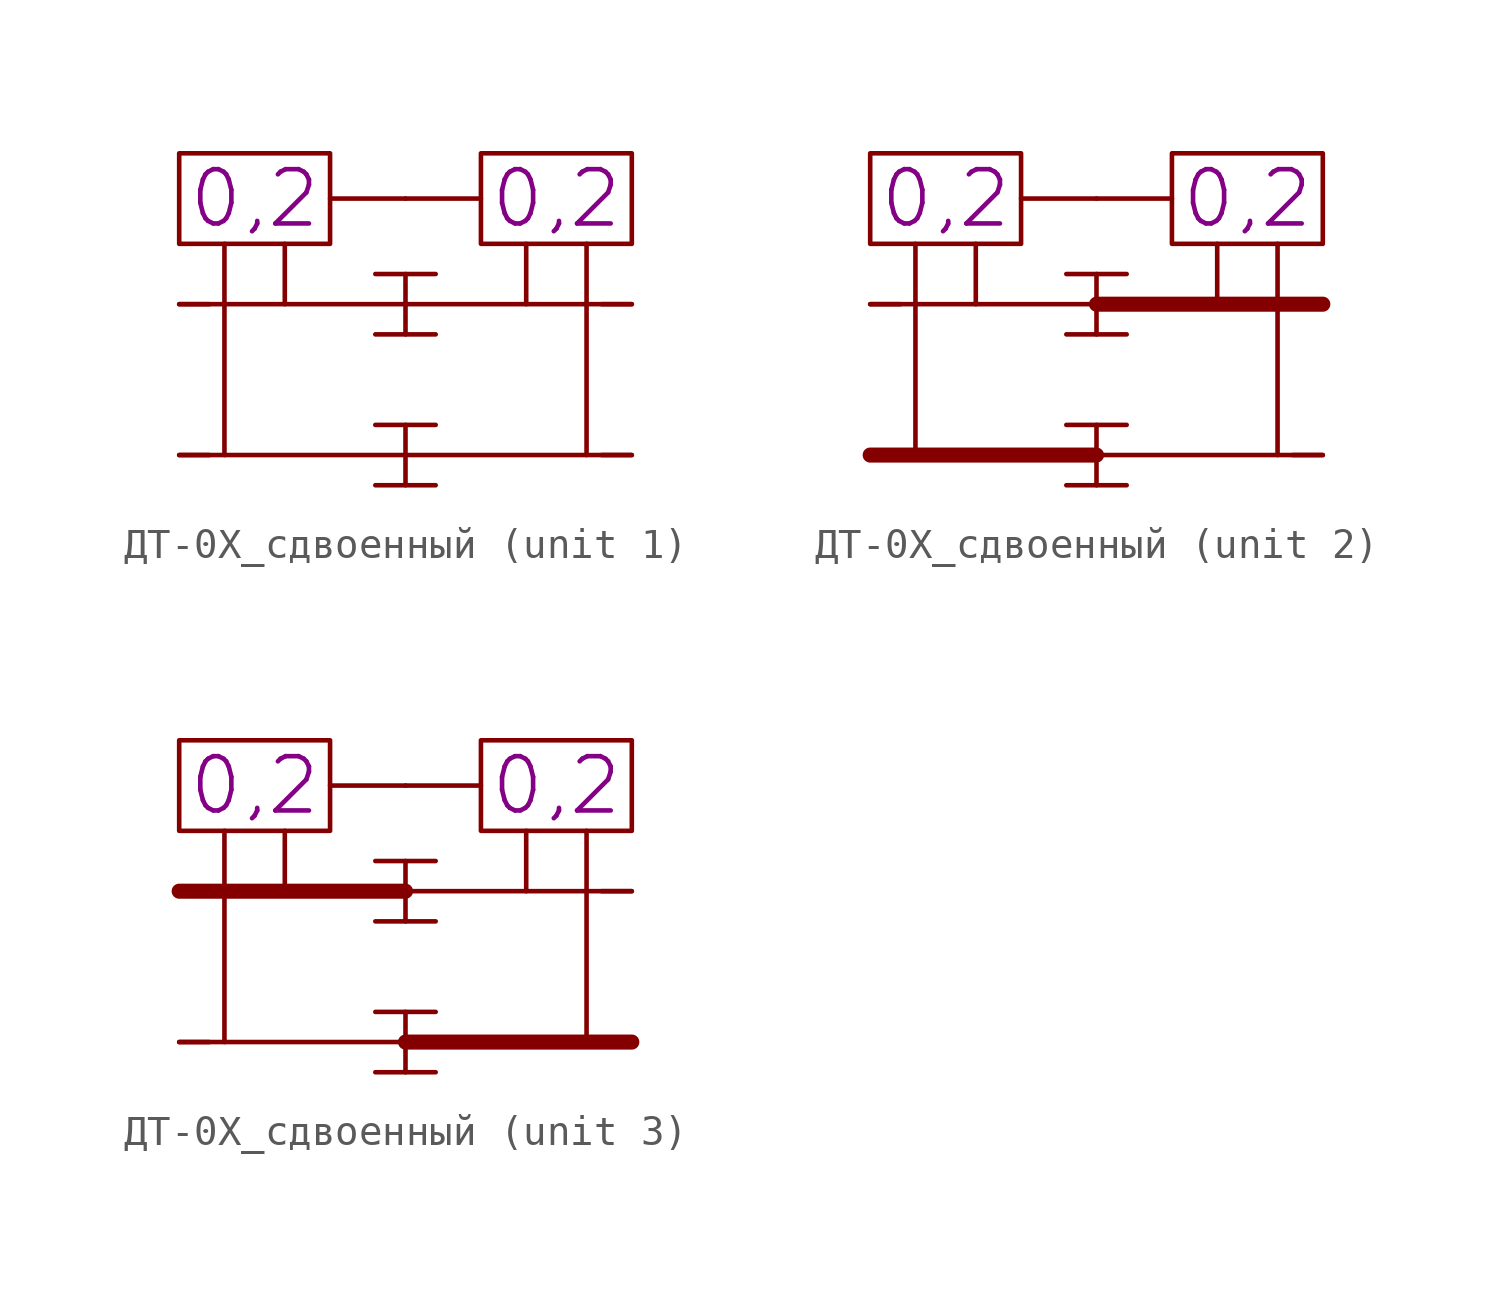
<source format=kicad_sym>
(kicad_symbol_lib
  (version 20231120)
  (generator "kicad_symbol_editor")
  (generator_version "8.0")
  (symbol "ДТ-0Х_сдвоенный"
    (pin_numbers hide)
    (pin_names
      (offset 0) hide)
    (property "Reference" "ДТ"
      (at 0 8 0)
      (do_not_autoplace)
      (effects (font (size 1.8 1.8)) (hide yes)))
    (property "Value" ""
      (at 0 -1 0)
      (effects (font (size 1.8 1.8))))
    (property "ДТ1" "0,2"
      (at -2.5 3.5 0)
      (effects (font (size 1.8 1.8))))
    (property "ДТ2" "0,2"
      (at 7.5 3.5 0)
      (effects (font (size 1.8 1.8))))
    (property "ki_locked" ""
      (at 0 0 0)
      (effects (font (size 1.27 1.27))))
    (symbol "ДТ-0Х_сдвоенный_0_1"
      (rectangle (start -5 5) (end 0 2) (stroke (width 0) (type default)) (fill (type none)))
      (polyline (pts (xy -3.5 2) (xy -3.5 -5)) (stroke (width 0) (type default)) (fill (type none)))
      (polyline (pts (xy -1.5 2) (xy -1.5 0)) (stroke (width 0) (type default)) (fill (type none)))
      (polyline (pts (xy 1.5 -6) (xy 3.5 -6)) (stroke (width 0) (type default)) (fill (type none)))
      (polyline (pts (xy 1.5 -4) (xy 3.5 -4)) (stroke (width 0) (type default)) (fill (type none)))
      (polyline (pts (xy 1.5 -1) (xy 3.5 -1)) (stroke (width 0) (type default)) (fill (type none)))
      (polyline (pts (xy 1.5 1) (xy 3.5 1)) (stroke (width 0) (type default)) (fill (type none)))
      (polyline (pts (xy 2.5 -4) (xy 2.5 -6)) (stroke (width 0) (type default)) (fill (type none)))
      (polyline (pts (xy 2.5 1) (xy 2.5 -1)) (stroke (width 0) (type default)) (fill (type none)))
      (polyline (pts (xy 5 3.5) (xy 0 3.5)) (stroke (width 0) (type default)) (fill (type none)))
      (polyline (pts (xy 6.5 2) (xy 6.5 0)) (stroke (width 0) (type default)) (fill (type none)))
      (polyline (pts (xy 8.5 2) (xy 8.5 -5)) (stroke (width 0) (type default)) (fill (type none)))
      (rectangle (start 5 5) (end 10 2) (stroke (width 0) (type default)) (fill (type none)))
      (pin unspecified line (at -5 -5 0) (length 1) (name "П" (effects (font (size 1.8 1.8)))) (number "" (effects (font (size 1.8 1.8)))))
      (pin unspecified line (at -5 0 0) (length 1) (name "П" (effects (font (size 1.8 1.8)))) (number "" (effects (font (size 1.8 1.8)))))
      (pin unspecified line (at 10 -5 180) (length 1) (name "П" (effects (font (size 1.8 1.8)))) (number "" (effects (font (size 1.8 1.8)))))
      (pin unspecified line (at 10 0 180) (length 1) (name "П" (effects (font (size 1.8 1.8)))) (number "" (effects (font (size 1.8 1.8)))))
      (pin passive line (at 2.5 3.5 270) (length 0) (name "" (effects (font (size 1.8 1.8)))) (number "-UB" (effects (font (size 1.8 1.8))))))
    (symbol "ДТ-0Х_сдвоенный_1_1"
      (polyline (pts (xy -5 -5) (xy 10 -5)) (stroke (width 0) (type default)) (fill (type none)))
      (polyline (pts (xy 10 0) (xy -5 0)) (stroke (width 0) (type default)) (fill (type none))))
    (symbol "ДТ-0Х_сдвоенный_2_1"
      (unit_name "Фаза 1")
      (polyline (pts (xy -5 -5) (xy 2.5 -5)) (stroke (width 0.5) (type default)) (fill (type none)))
      (polyline (pts (xy 2.5 -5) (xy 10 -5)) (stroke (width 0) (type default)) (fill (type none)))
      (polyline (pts (xy 2.5 0) (xy -5 0)) (stroke (width 0) (type default)) (fill (type none)))
      (polyline (pts (xy 2.5 0) (xy 10 0)) (stroke (width 0.5) (type default)) (fill (type none))))
    (symbol "ДТ-0Х_сдвоенный_3_1"
      (unit_name "Фаза 2")
      (polyline (pts (xy -5 -5) (xy 2.5 -5)) (stroke (width 0) (type default)) (fill (type none)))
      (polyline (pts (xy -5 0) (xy 2.5 0)) (stroke (width 0.5) (type default)) (fill (type none)))
      (polyline (pts (xy 2.5 -5) (xy 10 -5)) (stroke (width 0.5) (type default)) (fill (type none)))
      (polyline (pts (xy 10 0) (xy 2.5 0)) (stroke (width 0) (type default)) (fill (type none))))))
</source>
